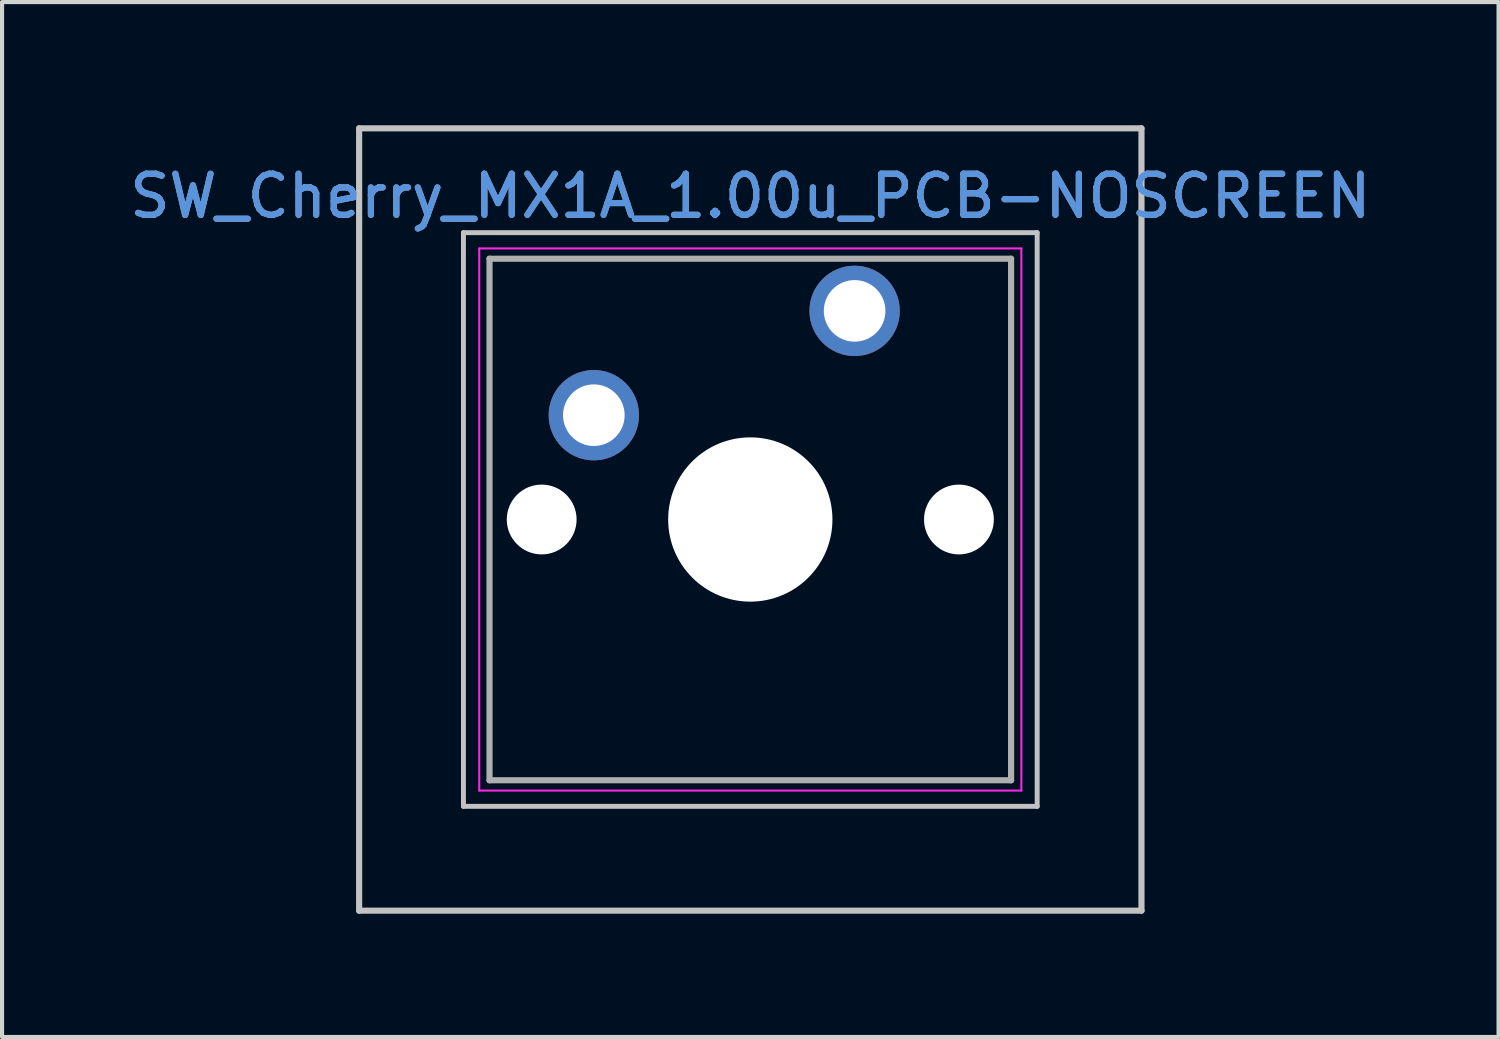
<source format=kicad_pcb>
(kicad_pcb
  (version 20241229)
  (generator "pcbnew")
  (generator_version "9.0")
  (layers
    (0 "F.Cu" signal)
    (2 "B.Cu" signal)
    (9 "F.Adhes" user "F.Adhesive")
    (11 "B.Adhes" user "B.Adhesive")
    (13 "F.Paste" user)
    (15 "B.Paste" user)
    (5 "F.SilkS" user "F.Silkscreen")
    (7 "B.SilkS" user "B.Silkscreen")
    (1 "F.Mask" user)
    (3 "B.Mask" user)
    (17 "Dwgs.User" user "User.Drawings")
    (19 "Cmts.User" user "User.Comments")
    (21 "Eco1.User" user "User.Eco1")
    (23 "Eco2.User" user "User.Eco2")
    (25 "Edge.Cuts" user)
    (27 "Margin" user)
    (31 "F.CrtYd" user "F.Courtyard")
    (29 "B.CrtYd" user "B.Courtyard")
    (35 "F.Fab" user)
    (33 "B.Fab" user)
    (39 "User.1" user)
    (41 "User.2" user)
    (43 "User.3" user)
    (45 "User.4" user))
  (footprint "SW_Cherry_MX1A_1.00u_PCB-NOSCREEN"
    (layer "F.Cu")
    (at 15.22 9.6)
    (property "Reference" "SW_Cherry_MX1A_1.00u_PCB-NOSCREEN" (at 0 -7.874 0) (layer "Cmts.User") (effects (font (size 1 1) (thickness 0.15))))
    (attr through_hole)
    (fp_line (start -9.525 -9.525) (end 9.525 -9.525) (stroke (width 0.15) (type solid)) (layer "Dwgs.User"))
    (fp_line (start -9.525 9.525) (end -9.525 -9.525) (stroke (width 0.15) (type solid)) (layer "Dwgs.User"))
    (fp_line (start -6.985 -6.985) (end 6.985 -6.985) (stroke (width 0.12) (type solid)) (layer "Dwgs.User"))
    (fp_line (start -6.985 6.985) (end -6.985 -6.985) (stroke (width 0.12) (type solid)) (layer "Dwgs.User"))
    (fp_line (start 6.985 -6.985) (end 6.985 6.985) (stroke (width 0.12) (type solid)) (layer "Dwgs.User"))
    (fp_line (start 6.985 6.985) (end -6.985 6.985) (stroke (width 0.12) (type solid)) (layer "Dwgs.User"))
    (fp_line (start 9.525 -9.525) (end 9.525 9.525) (stroke (width 0.15) (type solid)) (layer "Dwgs.User"))
    (fp_line (start 9.525 9.525) (end -9.525 9.525) (stroke (width 0.15) (type solid)) (layer "Dwgs.User"))
    (fp_line (start -6.6 -6.6) (end 6.6 -6.6) (stroke (width 0.05) (type solid)) (layer "F.CrtYd"))
    (fp_line (start -6.6 6.6) (end -6.6 -6.6) (stroke (width 0.05) (type solid)) (layer "F.CrtYd"))
    (fp_line (start 6.6 -6.6) (end 6.6 6.6) (stroke (width 0.05) (type solid)) (layer "F.CrtYd"))
    (fp_line (start 6.6 6.6) (end -6.6 6.6) (stroke (width 0.05) (type solid)) (layer "F.CrtYd"))
    (fp_line (start -6.35 -6.35) (end 6.35 -6.35) (stroke (width 0.15) (type solid)) (layer "F.Fab"))
    (fp_line (start -6.35 6.35) (end -6.35 -6.35) (stroke (width 0.15) (type solid)) (layer "F.Fab"))
    (fp_line (start 6.35 -6.35) (end 6.35 6.35) (stroke (width 0.15) (type solid)) (layer "F.Fab"))
    (fp_line (start 6.35 6.35) (end -6.35 6.35) (stroke (width 0.15) (type solid)) (layer "F.Fab"))
    (fp_text user "${REFERENCE}" (at 0 -7.874 0) (layer "F.Fab") (effects (font (size 1 1) (thickness 0.15))))
    (pad "" np_thru_hole circle (at -5.08 0) (size 1.7 1.7) (drill 1.7) (layers "*.Cu" "*.Mask"))
    (pad "" np_thru_hole circle (at 0 0) (size 4 4) (drill 4) (layers "*.Cu" "*.Mask"))
    (pad "" np_thru_hole circle (at 5.08 0) (size 1.7 1.7) (drill 1.7) (layers "*.Cu" "*.Mask"))
    (pad "1" thru_hole circle (at 2.54 -5.08) (size 2.2 2.2) (drill 1.5) (layers "*.Cu" "*.Mask"))
    (pad "2" thru_hole circle (at -3.81 -2.54) (size 2.2 2.2) (drill 1.5) (layers "*.Cu" "*.Mask")))
  (gr_rect
    (start -3 -3)
    (end 33.44 22.2)
    (stroke (width 0.1) (type default))
    (fill no)
    (layer "Edge.Cuts")))
</source>
